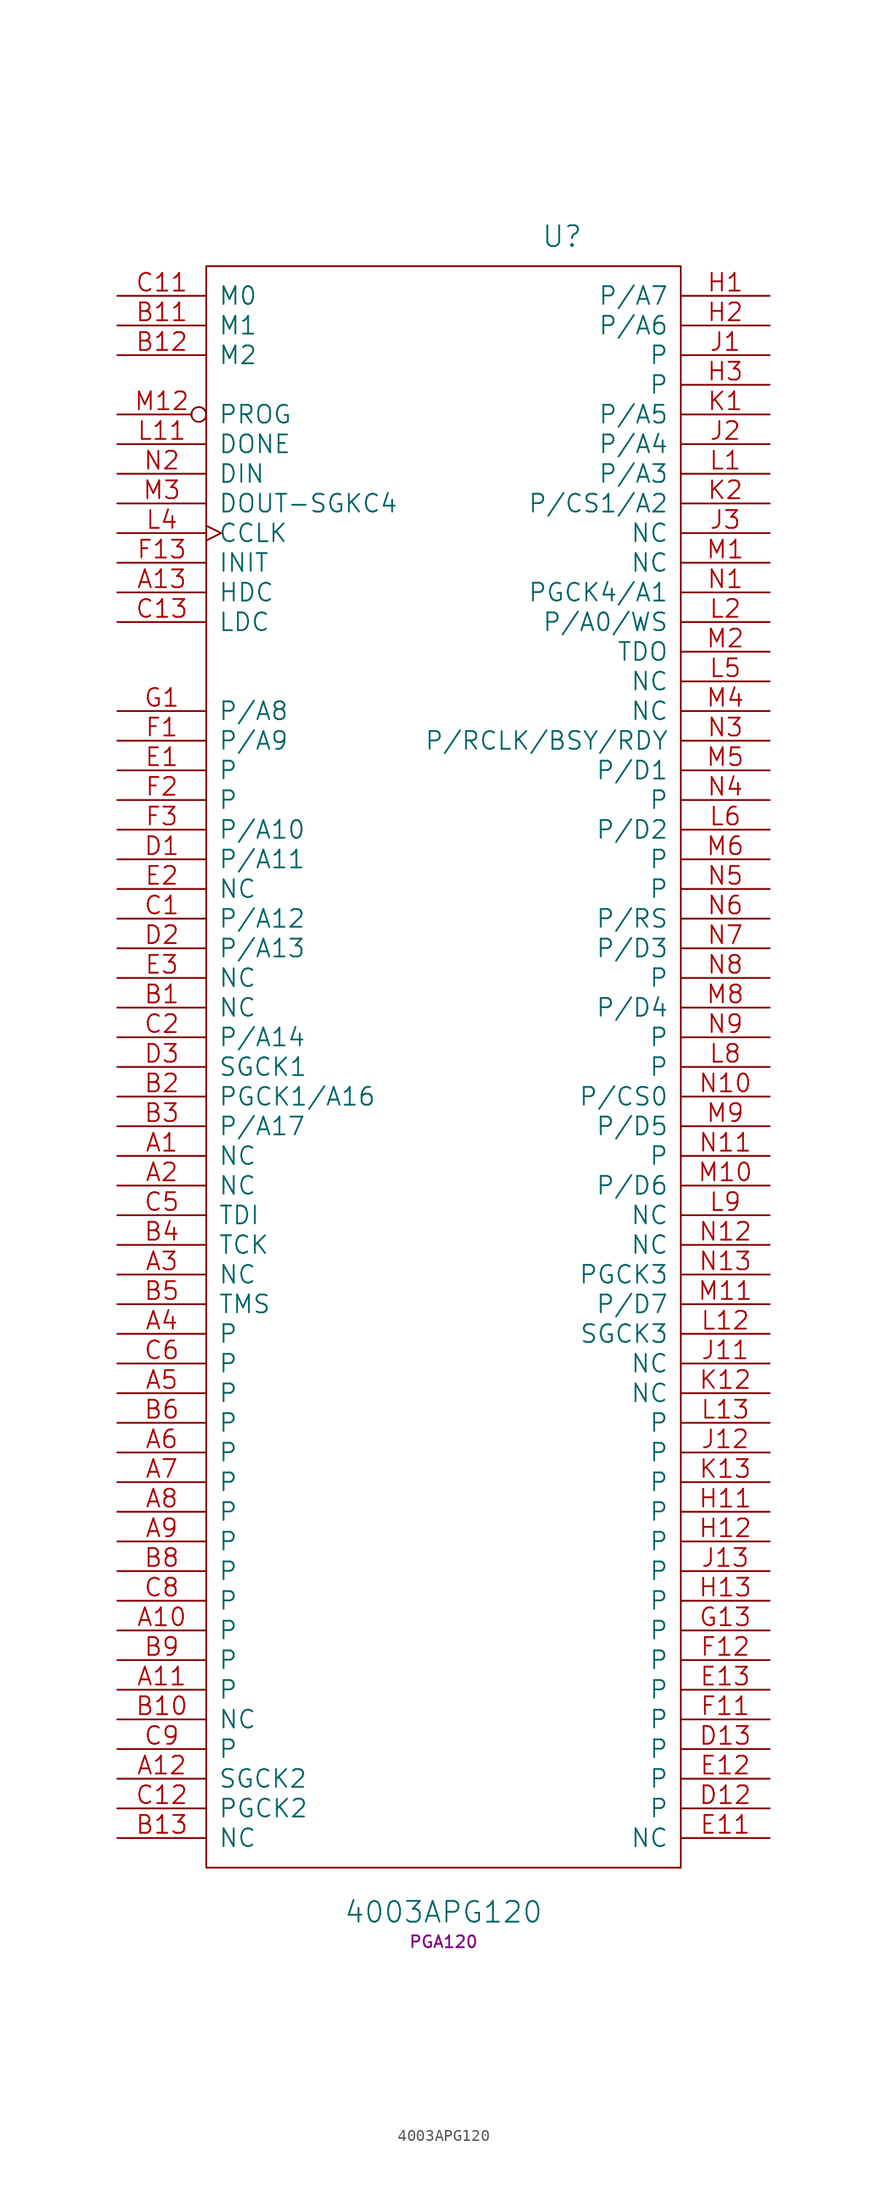
<source format=kicad_sym>
(kicad_symbol_lib
  (version 20201005)
  (generator kicad_symbol_editor)
  (symbol "interf_u_schlib:4003APG120"
    (pin_names
      (offset 1.016))
    (property "Reference" "U"
      (at 10.16 71.12 0)
      (effects (font (size 1.778 1.778))))
    (property "Value" "4003APG120"
      (at 0 -72.39 0)
      (effects (font (size 1.778 1.778))))
    (property "Footprint" "PGA120"
      (at 0 -74.93 0)
      (effects (font (size 1.016 1.016))))
    (property "Datasheet" ""
      (at 10.16 71.12 0)
      (effects (font (size 1.524 1.524))))
    (symbol "4003APG120_0_1"
      (rectangle (start -20.32 -68.58) (end 20.32 68.58) (stroke (width 0)) (fill (type none))))
    (symbol "4003APG120_1_1"
      (pin passive line (at -27.94 -7.62 0) (length 7.62) (name "NC" (effects (font (size 1.524 1.524)))) (number "A1" (effects (font (size 1.524 1.524)))))
      (pin passive line (at -27.94 -48.26 0) (length 7.62) (name "P" (effects (font (size 1.524 1.524)))) (number "A10" (effects (font (size 1.524 1.524)))))
      (pin passive line (at -27.94 -53.34 0) (length 7.62) (name "P" (effects (font (size 1.524 1.524)))) (number "A11" (effects (font (size 1.524 1.524)))))
      (pin passive line (at -27.94 -60.96 0) (length 7.62) (name "SGCK2" (effects (font (size 1.524 1.524)))) (number "A12" (effects (font (size 1.524 1.524)))))
      (pin output line (at -27.94 40.64 0) (length 7.62) (name "HDC" (effects (font (size 1.524 1.524)))) (number "A13" (effects (font (size 1.524 1.524)))))
      (pin passive line (at -27.94 -10.16 0) (length 7.62) (name "NC" (effects (font (size 1.524 1.524)))) (number "A2" (effects (font (size 1.524 1.524)))))
      (pin passive line (at -27.94 -17.78 0) (length 7.62) (name "NC" (effects (font (size 1.524 1.524)))) (number "A3" (effects (font (size 1.524 1.524)))))
      (pin passive line (at -27.94 -22.86 0) (length 7.62) (name "P" (effects (font (size 1.524 1.524)))) (number "A4" (effects (font (size 1.524 1.524)))))
      (pin passive line (at -27.94 -27.94 0) (length 7.62) (name "P" (effects (font (size 1.524 1.524)))) (number "A5" (effects (font (size 1.524 1.524)))))
      (pin passive line (at -27.94 -33.02 0) (length 7.62) (name "P" (effects (font (size 1.524 1.524)))) (number "A6" (effects (font (size 1.524 1.524)))))
      (pin passive line (at -27.94 -35.56 0) (length 7.62) (name "P" (effects (font (size 1.524 1.524)))) (number "A7" (effects (font (size 1.524 1.524)))))
      (pin passive line (at -27.94 -38.1 0) (length 7.62) (name "P" (effects (font (size 1.524 1.524)))) (number "A8" (effects (font (size 1.524 1.524)))))
      (pin passive line (at -27.94 -40.64 0) (length 7.62) (name "P" (effects (font (size 1.524 1.524)))) (number "A9" (effects (font (size 1.524 1.524)))))
      (pin passive line (at -27.94 5.08 0) (length 7.62) (name "NC" (effects (font (size 1.524 1.524)))) (number "B1" (effects (font (size 1.524 1.524)))))
      (pin passive line (at -27.94 -55.88 0) (length 7.62) (name "NC" (effects (font (size 1.524 1.524)))) (number "B10" (effects (font (size 1.524 1.524)))))
      (pin input line (at -27.94 63.5 0) (length 7.62) (name "M1" (effects (font (size 1.524 1.524)))) (number "B11" (effects (font (size 1.524 1.524)))))
      (pin input line (at -27.94 60.96 0) (length 7.62) (name "M2" (effects (font (size 1.524 1.524)))) (number "B12" (effects (font (size 1.524 1.524)))))
      (pin passive line (at -27.94 -66.04 0) (length 7.62) (name "NC" (effects (font (size 1.524 1.524)))) (number "B13" (effects (font (size 1.524 1.524)))))
      (pin passive line (at -27.94 -2.54 0) (length 7.62) (name "PGCK1/A16" (effects (font (size 1.524 1.524)))) (number "B2" (effects (font (size 1.524 1.524)))))
      (pin passive line (at -27.94 -5.08 0) (length 7.62) (name "P/A17" (effects (font (size 1.524 1.524)))) (number "B3" (effects (font (size 1.524 1.524)))))
      (pin passive line (at -27.94 -15.24 0) (length 7.62) (name "TCK" (effects (font (size 1.524 1.524)))) (number "B4" (effects (font (size 1.524 1.524)))))
      (pin passive line (at -27.94 -20.32 0) (length 7.62) (name "TMS" (effects (font (size 1.524 1.524)))) (number "B5" (effects (font (size 1.524 1.524)))))
      (pin passive line (at -27.94 -30.48 0) (length 7.62) (name "P" (effects (font (size 1.524 1.524)))) (number "B6" (effects (font (size 1.524 1.524)))))
      (pin power_in line (at -7.62 -68.58 90) (length 0) hide (name "GND" (effects (font (size 1.524 1.524)))) (number "B7" (effects (font (size 1.524 1.524)))))
      (pin passive line (at -27.94 -43.18 0) (length 7.62) (name "P" (effects (font (size 1.524 1.524)))) (number "B8" (effects (font (size 1.524 1.524)))))
      (pin passive line (at -27.94 -50.8 0) (length 7.62) (name "P" (effects (font (size 1.524 1.524)))) (number "B9" (effects (font (size 1.524 1.524)))))
      (pin passive line (at -27.94 12.7 0) (length 7.62) (name "P/A12" (effects (font (size 1.524 1.524)))) (number "C1" (effects (font (size 1.524 1.524)))))
      (pin power_in line (at -5.08 -68.58 90) (length 0) hide (name "GND" (effects (font (size 1.524 1.524)))) (number "C10" (effects (font (size 1.524 1.524)))))
      (pin input line (at -27.94 66.04 0) (length 7.62) (name "M0" (effects (font (size 1.524 1.524)))) (number "C11" (effects (font (size 1.524 1.524)))))
      (pin passive line (at -27.94 -63.5 0) (length 7.62) (name "PGCK2" (effects (font (size 1.524 1.524)))) (number "C12" (effects (font (size 1.524 1.524)))))
      (pin output line (at -27.94 38.1 0) (length 7.62) (name "LDC" (effects (font (size 1.524 1.524)))) (number "C13" (effects (font (size 1.524 1.524)))))
      (pin passive line (at -27.94 2.54 0) (length 7.62) (name "P/A14" (effects (font (size 1.524 1.524)))) (number "C2" (effects (font (size 1.524 1.524)))))
      (pin power_in line (at -7.62 68.58 270) (length 0) hide (name "VCC" (effects (font (size 1.524 1.524)))) (number "C3" (effects (font (size 1.524 1.524)))))
      (pin power_in line (at -10.16 -68.58 90) (length 0) hide (name "GND" (effects (font (size 1.524 1.524)))) (number "C4" (effects (font (size 1.524 1.524)))))
      (pin passive line (at -27.94 -12.7 0) (length 7.62) (name "TDI" (effects (font (size 1.524 1.524)))) (number "C5" (effects (font (size 1.524 1.524)))))
      (pin passive line (at -27.94 -25.4 0) (length 7.62) (name "P" (effects (font (size 1.524 1.524)))) (number "C6" (effects (font (size 1.524 1.524)))))
      (pin passive line (at -27.94 -45.72 0) (length 7.62) (name "P" (effects (font (size 1.524 1.524)))) (number "C8" (effects (font (size 1.524 1.524)))))
      (pin passive line (at -27.94 -58.42 0) (length 7.62) (name "P" (effects (font (size 1.524 1.524)))) (number "C9" (effects (font (size 1.524 1.524)))))
      (pin passive line (at -27.94 17.78 0) (length 7.62) (name "P/A11" (effects (font (size 1.524 1.524)))) (number "D1" (effects (font (size 1.524 1.524)))))
      (pin power_in line (at -10.16 68.58 270) (length 0) hide (name "VCC" (effects (font (size 1.524 1.524)))) (number "D11" (effects (font (size 1.524 1.524)))))
      (pin passive line (at 27.94 -63.5 180) (length 7.62) (name "P" (effects (font (size 1.524 1.524)))) (number "D12" (effects (font (size 1.524 1.524)))))
      (pin passive line (at 27.94 -58.42 180) (length 7.62) (name "P" (effects (font (size 1.524 1.524)))) (number "D13" (effects (font (size 1.524 1.524)))))
      (pin passive line (at -27.94 10.16 0) (length 7.62) (name "P/A13" (effects (font (size 1.524 1.524)))) (number "D2" (effects (font (size 1.524 1.524)))))
      (pin passive line (at -27.94 0 0) (length 7.62) (name "SGCK1" (effects (font (size 1.524 1.524)))) (number "D3" (effects (font (size 1.524 1.524)))))
      (pin passive line (at -27.94 25.4 0) (length 7.62) (name "P" (effects (font (size 1.524 1.524)))) (number "E1" (effects (font (size 1.524 1.524)))))
      (pin passive line (at 27.94 -66.04 180) (length 7.62) (name "NC" (effects (font (size 1.524 1.524)))) (number "E11" (effects (font (size 1.524 1.524)))))
      (pin passive line (at 27.94 -60.96 180) (length 7.62) (name "P" (effects (font (size 1.524 1.524)))) (number "E12" (effects (font (size 1.524 1.524)))))
      (pin passive line (at 27.94 -53.34 180) (length 7.62) (name "P" (effects (font (size 1.524 1.524)))) (number "E13" (effects (font (size 1.524 1.524)))))
      (pin passive line (at -27.94 15.24 0) (length 7.62) (name "NC" (effects (font (size 1.524 1.524)))) (number "E2" (effects (font (size 1.524 1.524)))))
      (pin passive line (at -27.94 7.62 0) (length 7.62) (name "NC" (effects (font (size 1.524 1.524)))) (number "E3" (effects (font (size 1.524 1.524)))))
      (pin passive line (at -27.94 27.94 0) (length 7.62) (name "P/A9" (effects (font (size 1.524 1.524)))) (number "F1" (effects (font (size 1.524 1.524)))))
      (pin passive line (at 27.94 -55.88 180) (length 7.62) (name "P" (effects (font (size 1.524 1.524)))) (number "F11" (effects (font (size 1.524 1.524)))))
      (pin bidirectional line (at 27.94 -50.8 180) (length 7.62) (name "P" (effects (font (size 1.524 1.524)))) (number "F12" (effects (font (size 1.524 1.524)))))
      (pin bidirectional line (at -27.94 43.18 0) (length 7.62) (name "INIT" (effects (font (size 1.524 1.524)))) (number "F13" (effects (font (size 1.524 1.524)))))
      (pin passive line (at -27.94 22.86 0) (length 7.62) (name "P" (effects (font (size 1.524 1.524)))) (number "F2" (effects (font (size 1.524 1.524)))))
      (pin passive line (at -27.94 20.32 0) (length 7.62) (name "P/A10" (effects (font (size 1.524 1.524)))) (number "F3" (effects (font (size 1.524 1.524)))))
      (pin passive line (at -27.94 30.48 0) (length 7.62) (name "P/A8" (effects (font (size 1.524 1.524)))) (number "G1" (effects (font (size 1.524 1.524)))))
      (pin power_in line (at -2.54 -68.58 90) (length 0) hide (name "GND" (effects (font (size 1.524 1.524)))) (number "G11" (effects (font (size 1.524 1.524)))))
      (pin power_in line (at -5.08 68.58 270) (length 0) hide (name "VCC" (effects (font (size 1.524 1.524)))) (number "G12" (effects (font (size 1.524 1.524)))))
      (pin passive line (at 27.94 -48.26 180) (length 7.62) (name "P" (effects (font (size 1.524 1.524)))) (number "G13" (effects (font (size 1.524 1.524)))))
      (pin power_in line (at 7.62 -68.58 90) (length 0) hide (name "GND" (effects (font (size 1.524 1.524)))) (number "G2" (effects (font (size 1.524 1.524)))))
      (pin passive line (at 27.94 66.04 180) (length 7.62) (name "P/A7" (effects (font (size 1.524 1.524)))) (number "H1" (effects (font (size 1.524 1.524)))))
      (pin passive line (at 27.94 -38.1 180) (length 7.62) (name "P" (effects (font (size 1.524 1.524)))) (number "H11" (effects (font (size 1.524 1.524)))))
      (pin passive line (at 27.94 -40.64 180) (length 7.62) (name "P" (effects (font (size 1.524 1.524)))) (number "H12" (effects (font (size 1.524 1.524)))))
      (pin passive line (at 27.94 -45.72 180) (length 7.62) (name "P" (effects (font (size 1.524 1.524)))) (number "H13" (effects (font (size 1.524 1.524)))))
      (pin passive line (at 27.94 63.5 180) (length 7.62) (name "P/A6" (effects (font (size 1.524 1.524)))) (number "H2" (effects (font (size 1.524 1.524)))))
      (pin passive line (at 27.94 58.42 180) (length 7.62) (name "P" (effects (font (size 1.524 1.524)))) (number "H3" (effects (font (size 1.524 1.524)))))
      (pin passive line (at 27.94 60.96 180) (length 7.62) (name "P" (effects (font (size 1.524 1.524)))) (number "J1" (effects (font (size 1.524 1.524)))))
      (pin passive line (at 27.94 -25.4 180) (length 7.62) (name "NC" (effects (font (size 1.524 1.524)))) (number "J11" (effects (font (size 1.524 1.524)))))
      (pin passive line (at 27.94 -33.02 180) (length 7.62) (name "P" (effects (font (size 1.524 1.524)))) (number "J12" (effects (font (size 1.524 1.524)))))
      (pin passive line (at 27.94 -43.18 180) (length 7.62) (name "P" (effects (font (size 1.524 1.524)))) (number "J13" (effects (font (size 1.524 1.524)))))
      (pin passive line (at 27.94 53.34 180) (length 7.62) (name "P/A4" (effects (font (size 1.524 1.524)))) (number "J2" (effects (font (size 1.524 1.524)))))
      (pin passive line (at 27.94 45.72 180) (length 7.62) (name "NC" (effects (font (size 1.524 1.524)))) (number "J3" (effects (font (size 1.524 1.524)))))
      (pin passive line (at 27.94 55.88 180) (length 7.62) (name "P/A5" (effects (font (size 1.524 1.524)))) (number "K1" (effects (font (size 1.524 1.524)))))
      (pin power_in line (at 0 -68.58 90) (length 0) hide (name "GND" (effects (font (size 1.524 1.524)))) (number "K11" (effects (font (size 1.524 1.524)))))
      (pin passive line (at 27.94 -27.94 180) (length 7.62) (name "NC" (effects (font (size 1.524 1.524)))) (number "K12" (effects (font (size 1.524 1.524)))))
      (pin passive line (at 27.94 -35.56 180) (length 7.62) (name "P" (effects (font (size 1.524 1.524)))) (number "K13" (effects (font (size 1.524 1.524)))))
      (pin passive line (at 27.94 48.26 180) (length 7.62) (name "P/CS1/A2" (effects (font (size 1.524 1.524)))) (number "K2" (effects (font (size 1.524 1.524)))))
      (pin power_in line (at 5.08 -68.58 90) (length 0) hide (name "GND" (effects (font (size 1.524 1.524)))) (number "K3" (effects (font (size 1.524 1.524)))))
      (pin passive line (at 27.94 50.8 180) (length 7.62) (name "P/A3" (effects (font (size 1.524 1.524)))) (number "L1" (effects (font (size 1.524 1.524)))))
      (pin power_in line (at -2.54 68.58 270) (length 0) hide (name "VCC" (effects (font (size 1.524 1.524)))) (number "L10" (effects (font (size 1.524 1.524)))))
      (pin output line (at -27.94 53.34 0) (length 7.62) (name "DONE" (effects (font (size 1.524 1.524)))) (number "L11" (effects (font (size 1.524 1.524)))))
      (pin passive line (at 27.94 -22.86 180) (length 7.62) (name "SGCK3" (effects (font (size 1.524 1.524)))) (number "L12" (effects (font (size 1.524 1.524)))))
      (pin passive line (at 27.94 -30.48 180) (length 7.62) (name "P" (effects (font (size 1.524 1.524)))) (number "L13" (effects (font (size 1.524 1.524)))))
      (pin passive line (at 27.94 38.1 180) (length 7.62) (name "P/A0/WS" (effects (font (size 1.524 1.524)))) (number "L2" (effects (font (size 1.524 1.524)))))
      (pin power_in line (at 2.54 68.58 270) (length 0) hide (name "VCC" (effects (font (size 1.524 1.524)))) (number "L3" (effects (font (size 1.524 1.524)))))
      (pin input clock (at -27.94 45.72 0) (length 7.62) (name "CCLK" (effects (font (size 1.524 1.524)))) (number "L4" (effects (font (size 1.524 1.524)))))
      (pin passive line (at 27.94 33.02 180) (length 7.62) (name "NC" (effects (font (size 1.524 1.524)))) (number "L5" (effects (font (size 1.524 1.524)))))
      (pin passive line (at 27.94 20.32 180) (length 7.62) (name "P/D2" (effects (font (size 1.524 1.524)))) (number "L6" (effects (font (size 1.524 1.524)))))
      (pin power_in line (at 2.54 -68.58 90) (length 0) hide (name "GND" (effects (font (size 1.524 1.524)))) (number "L7" (effects (font (size 1.524 1.524)))))
      (pin passive line (at 27.94 0 180) (length 7.62) (name "P" (effects (font (size 1.524 1.524)))) (number "L8" (effects (font (size 1.524 1.524)))))
      (pin passive line (at 27.94 -12.7 180) (length 7.62) (name "NC" (effects (font (size 1.524 1.524)))) (number "L9" (effects (font (size 1.524 1.524)))))
      (pin passive line (at 27.94 43.18 180) (length 7.62) (name "NC" (effects (font (size 1.524 1.524)))) (number "M1" (effects (font (size 1.524 1.524)))))
      (pin passive line (at 27.94 -10.16 180) (length 7.62) (name "P/D6" (effects (font (size 1.524 1.524)))) (number "M10" (effects (font (size 1.524 1.524)))))
      (pin passive line (at 27.94 -20.32 180) (length 7.62) (name "P/D7" (effects (font (size 1.524 1.524)))) (number "M11" (effects (font (size 1.524 1.524)))))
      (pin input inverted (at -27.94 55.88 0) (length 7.62) (name "PROG" (effects (font (size 1.524 1.524)))) (number "M12" (effects (font (size 1.524 1.524)))))
      (pin passive line (at 27.94 35.56 180) (length 7.62) (name "TDO" (effects (font (size 1.524 1.524)))) (number "M2" (effects (font (size 1.524 1.524)))))
      (pin output line (at -27.94 48.26 0) (length 7.62) (name "DOUT-SGKC4" (effects (font (size 1.524 1.524)))) (number "M3" (effects (font (size 1.524 1.524)))))
      (pin passive line (at 27.94 30.48 180) (length 7.62) (name "NC" (effects (font (size 1.524 1.524)))) (number "M4" (effects (font (size 1.524 1.524)))))
      (pin passive line (at 27.94 25.4 180) (length 7.62) (name "P/D1" (effects (font (size 1.524 1.524)))) (number "M5" (effects (font (size 1.524 1.524)))))
      (pin passive line (at 27.94 17.78 180) (length 7.62) (name "P" (effects (font (size 1.524 1.524)))) (number "M6" (effects (font (size 1.524 1.524)))))
      (pin power_in line (at 0 68.58 270) (length 0) hide (name "VCC" (effects (font (size 1.524 1.524)))) (number "M7" (effects (font (size 1.524 1.524)))))
      (pin passive line (at 27.94 5.08 180) (length 7.62) (name "P/D4" (effects (font (size 1.524 1.524)))) (number "M8" (effects (font (size 1.524 1.524)))))
      (pin passive line (at 27.94 -5.08 180) (length 7.62) (name "P/D5" (effects (font (size 1.524 1.524)))) (number "M9" (effects (font (size 1.524 1.524)))))
      (pin passive line (at 27.94 40.64 180) (length 7.62) (name "PGCK4/A1" (effects (font (size 1.524 1.524)))) (number "N1" (effects (font (size 1.524 1.524)))))
      (pin passive line (at 27.94 -2.54 180) (length 7.62) (name "P/CS0" (effects (font (size 1.524 1.524)))) (number "N10" (effects (font (size 1.524 1.524)))))
      (pin passive line (at 27.94 -7.62 180) (length 7.62) (name "P" (effects (font (size 1.524 1.524)))) (number "N11" (effects (font (size 1.524 1.524)))))
      (pin passive line (at 27.94 -15.24 180) (length 7.62) (name "NC" (effects (font (size 1.524 1.524)))) (number "N12" (effects (font (size 1.524 1.524)))))
      (pin passive line (at 27.94 -17.78 180) (length 7.62) (name "PGCK3" (effects (font (size 1.524 1.524)))) (number "N13" (effects (font (size 1.524 1.524)))))
      (pin bidirectional line (at -27.94 50.8 0) (length 7.62) (name "DIN" (effects (font (size 1.524 1.524)))) (number "N2" (effects (font (size 1.524 1.524)))))
      (pin passive line (at 27.94 27.94 180) (length 7.62) (name "P/RCLK/BSY/RDY" (effects (font (size 1.524 1.524)))) (number "N3" (effects (font (size 1.524 1.524)))))
      (pin passive line (at 27.94 22.86 180) (length 7.62) (name "P" (effects (font (size 1.524 1.524)))) (number "N4" (effects (font (size 1.524 1.524)))))
      (pin passive line (at 27.94 15.24 180) (length 7.62) (name "P" (effects (font (size 1.524 1.524)))) (number "N5" (effects (font (size 1.524 1.524)))))
      (pin passive line (at 27.94 12.7 180) (length 7.62) (name "P/RS" (effects (font (size 1.524 1.524)))) (number "N6" (effects (font (size 1.524 1.524)))))
      (pin passive line (at 27.94 10.16 180) (length 7.62) (name "P/D3" (effects (font (size 1.524 1.524)))) (number "N7" (effects (font (size 1.524 1.524)))))
      (pin passive line (at 27.94 7.62 180) (length 7.62) (name "P" (effects (font (size 1.524 1.524)))) (number "N8" (effects (font (size 1.524 1.524)))))
      (pin passive line (at 27.94 2.54 180) (length 7.62) (name "P" (effects (font (size 1.524 1.524)))) (number "N9" (effects (font (size 1.524 1.524))))))))
</source>
